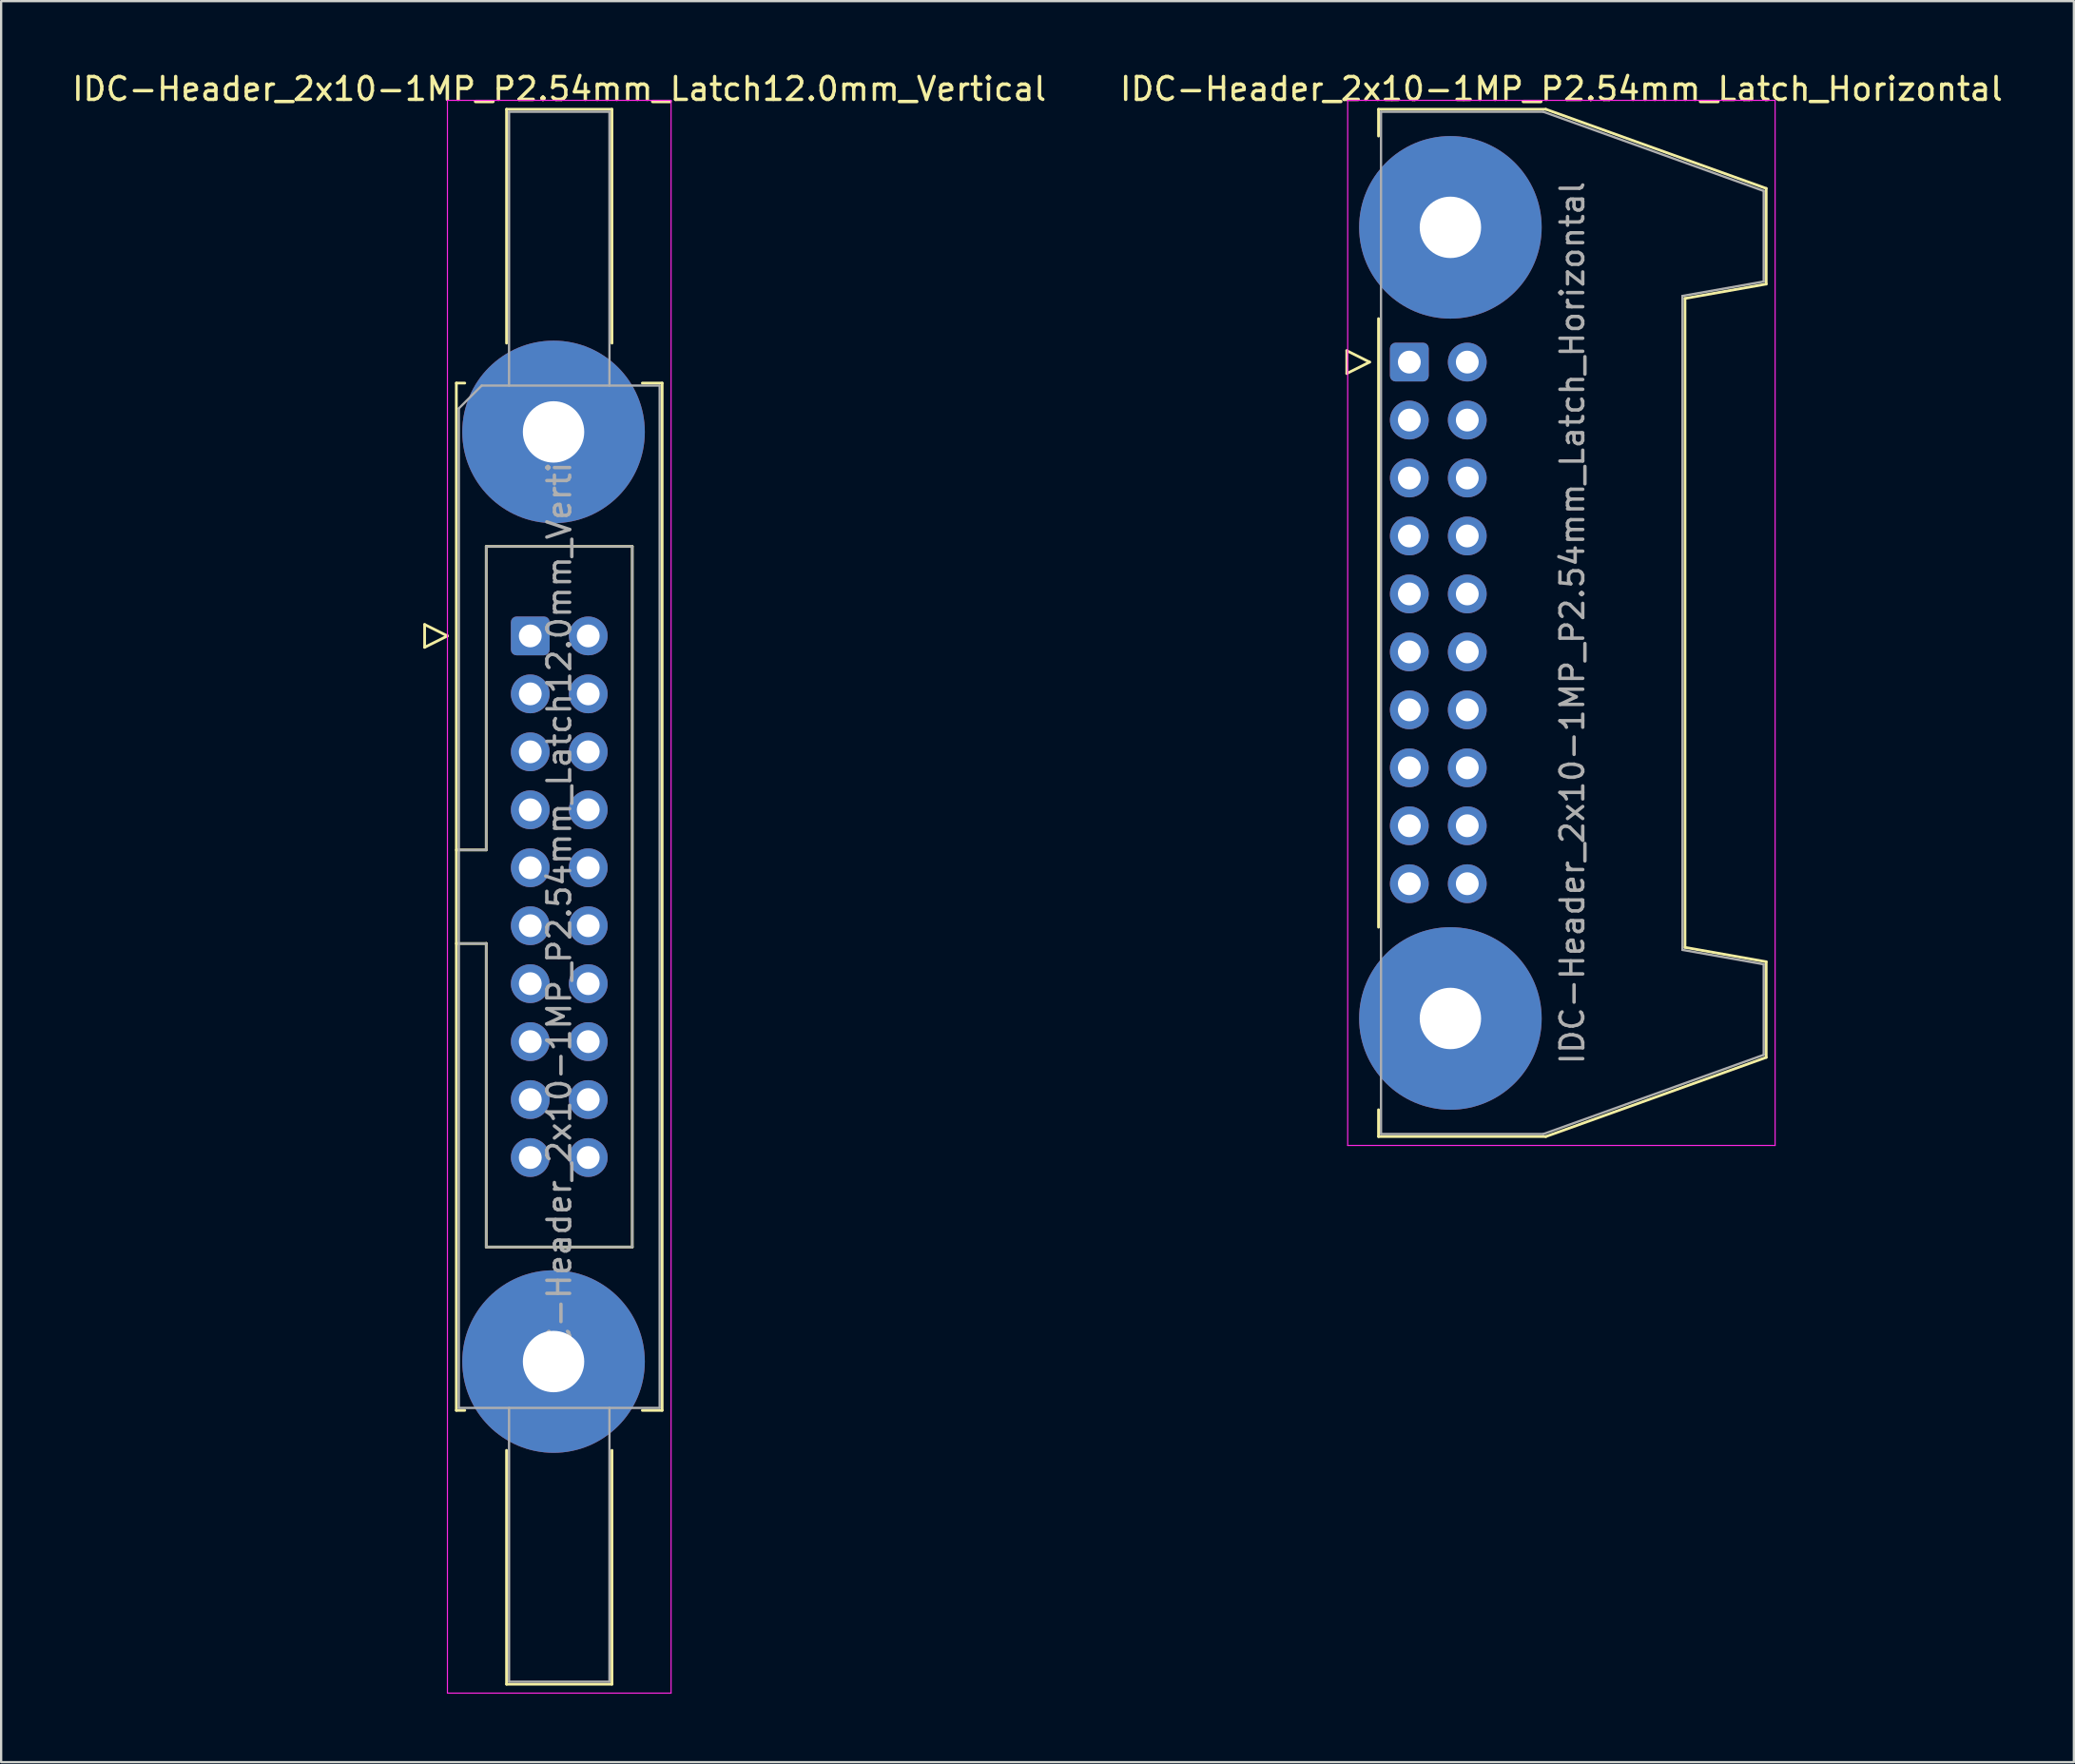
<source format=kicad_pcb>
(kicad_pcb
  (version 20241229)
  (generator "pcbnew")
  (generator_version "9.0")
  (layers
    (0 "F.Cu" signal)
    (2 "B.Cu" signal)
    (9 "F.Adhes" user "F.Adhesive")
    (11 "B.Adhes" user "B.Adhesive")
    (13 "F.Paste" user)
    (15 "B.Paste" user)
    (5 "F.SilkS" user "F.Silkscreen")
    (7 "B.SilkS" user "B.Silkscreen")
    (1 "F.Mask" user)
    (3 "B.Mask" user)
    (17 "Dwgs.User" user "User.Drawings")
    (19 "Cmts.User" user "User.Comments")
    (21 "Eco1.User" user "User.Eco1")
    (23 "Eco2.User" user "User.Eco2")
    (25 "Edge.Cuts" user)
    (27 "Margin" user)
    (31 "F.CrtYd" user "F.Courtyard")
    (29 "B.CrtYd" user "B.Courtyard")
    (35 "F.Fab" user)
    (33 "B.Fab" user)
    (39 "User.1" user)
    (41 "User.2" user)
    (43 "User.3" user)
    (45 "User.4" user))
  (footprint "IDC-Header_2x10-1MP_P2.54mm_Latch12.0mm_Vertical"
    (layer "F.Cu")
    (at 20.188 24.818)
    (property "Reference" "IDC-Header_2x10-1MP_P2.54mm_Latch12.0mm_Vertical" (at 1.27 -23.97 0) (layer "F.SilkS") (effects (font (size 1 1) (thickness 0.15))))
    (attr through_hole)
    (fp_line (start -4.63 -0.5) (end -4.63 0.5) (stroke (width 0.12) (type solid)) (layer "F.SilkS"))
    (fp_line (start -4.63 0.5) (end -3.63 0) (stroke (width 0.12) (type solid)) (layer "F.SilkS"))
    (fp_line (start -3.63 0) (end -4.63 -0.5) (stroke (width 0.12) (type solid)) (layer "F.SilkS"))
    (fp_line (start -3.24 -11.08) (end -3.24 33.94) (stroke (width 0.12) (type solid)) (layer "F.SilkS"))
    (fp_line (start -3.24 9.38) (end -1.93 9.38) (stroke (width 0.12) (type solid)) (layer "F.SilkS"))
    (fp_line (start -3.24 33.94) (end -2.87 33.94) (stroke (width 0.12) (type solid)) (layer "F.SilkS"))
    (fp_line (start -2.87 -11.08) (end -3.24 -11.08) (stroke (width 0.12) (type solid)) (layer "F.SilkS"))
    (fp_line (start -1.93 -3.92) (end 4.47 -3.92) (stroke (width 0.12) (type solid)) (layer "F.SilkS"))
    (fp_line (start -1.93 9.38) (end -1.93 -3.92) (stroke (width 0.12) (type solid)) (layer "F.SilkS"))
    (fp_line (start -1.93 13.48) (end -3.24 13.48) (stroke (width 0.12) (type solid)) (layer "F.SilkS"))
    (fp_line (start -1.93 13.48) (end -1.93 13.48) (stroke (width 0.12) (type solid)) (layer "F.SilkS"))
    (fp_line (start -1.93 26.78) (end -1.93 13.48) (stroke (width 0.12) (type solid)) (layer "F.SilkS"))
    (fp_line (start -1.04 -23.08) (end 3.58 -23.08) (stroke (width 0.12) (type solid)) (layer "F.SilkS"))
    (fp_line (start -1.04 -12.83) (end -1.04 -23.08) (stroke (width 0.12) (type solid)) (layer "F.SilkS"))
    (fp_line (start -1.04 35.69) (end -1.04 45.94) (stroke (width 0.12) (type solid)) (layer "F.SilkS"))
    (fp_line (start -1.04 45.94) (end 3.58 45.94) (stroke (width 0.12) (type solid)) (layer "F.SilkS"))
    (fp_line (start 3.58 -23.08) (end 3.58 -12.83) (stroke (width 0.12) (type solid)) (layer "F.SilkS"))
    (fp_line (start 3.58 45.94) (end 3.58 35.69) (stroke (width 0.12) (type solid)) (layer "F.SilkS"))
    (fp_line (start 4.47 -3.92) (end 4.47 26.78) (stroke (width 0.12) (type solid)) (layer "F.SilkS"))
    (fp_line (start 4.47 26.78) (end -1.93 26.78) (stroke (width 0.12) (type solid)) (layer "F.SilkS"))
    (fp_line (start 4.91 -11.08) (end 5.78 -11.08) (stroke (width 0.12) (type solid)) (layer "F.SilkS"))
    (fp_line (start 5.78 -11.08) (end 5.78 33.94) (stroke (width 0.12) (type solid)) (layer "F.SilkS"))
    (fp_line (start 5.78 33.94) (end 4.91 33.94) (stroke (width 0.12) (type solid)) (layer "F.SilkS"))
    (fp_line (start -3.63 -23.47) (end -3.63 46.33) (stroke (width 0.05) (type solid)) (layer "F.CrtYd"))
    (fp_line (start -3.63 46.33) (end 6.17 46.33) (stroke (width 0.05) (type solid)) (layer "F.CrtYd"))
    (fp_line (start 6.17 -23.47) (end -3.63 -23.47) (stroke (width 0.05) (type solid)) (layer "F.CrtYd"))
    (fp_line (start 6.17 46.33) (end 6.17 -23.47) (stroke (width 0.05) (type solid)) (layer "F.CrtYd"))
    (fp_line (start -3.13 -9.97) (end -2.13 -10.97) (stroke (width 0.1) (type solid)) (layer "F.Fab"))
    (fp_line (start -3.13 9.38) (end -1.93 9.38) (stroke (width 0.1) (type solid)) (layer "F.Fab"))
    (fp_line (start -3.13 33.83) (end -3.13 -9.97) (stroke (width 0.1) (type solid)) (layer "F.Fab"))
    (fp_line (start -2.13 -10.97) (end 5.67 -10.97) (stroke (width 0.1) (type solid)) (layer "F.Fab"))
    (fp_line (start -1.93 -3.92) (end 4.47 -3.92) (stroke (width 0.1) (type solid)) (layer "F.Fab"))
    (fp_line (start -1.93 9.38) (end -1.93 -3.92) (stroke (width 0.1) (type solid)) (layer "F.Fab"))
    (fp_line (start -1.93 13.48) (end -3.13 13.48) (stroke (width 0.1) (type solid)) (layer "F.Fab"))
    (fp_line (start -1.93 13.48) (end -1.93 13.48) (stroke (width 0.1) (type solid)) (layer "F.Fab"))
    (fp_line (start -1.93 26.78) (end -1.93 13.48) (stroke (width 0.1) (type solid)) (layer "F.Fab"))
    (fp_line (start -0.93 -22.97) (end 3.47 -22.97) (stroke (width 0.1) (type solid)) (layer "F.Fab"))
    (fp_line (start -0.93 -10.97) (end -0.93 -22.97) (stroke (width 0.1) (type solid)) (layer "F.Fab"))
    (fp_line (start -0.93 33.83) (end -0.93 45.83) (stroke (width 0.1) (type solid)) (layer "F.Fab"))
    (fp_line (start -0.93 45.83) (end 3.47 45.83) (stroke (width 0.1) (type solid)) (layer "F.Fab"))
    (fp_line (start 3.47 -22.97) (end 3.47 -10.97) (stroke (width 0.1) (type solid)) (layer "F.Fab"))
    (fp_line (start 3.47 45.83) (end 3.47 33.83) (stroke (width 0.1) (type solid)) (layer "F.Fab"))
    (fp_line (start 4.47 -3.92) (end 4.47 26.78) (stroke (width 0.1) (type solid)) (layer "F.Fab"))
    (fp_line (start 4.47 26.78) (end -1.93 26.78) (stroke (width 0.1) (type solid)) (layer "F.Fab"))
    (fp_line (start 5.67 -10.97) (end 5.67 33.83) (stroke (width 0.1) (type solid)) (layer "F.Fab"))
    (fp_line (start 5.67 33.83) (end -3.13 33.83) (stroke (width 0.1) (type solid)) (layer "F.Fab"))
    (fp_text user "${REFERENCE}" (at 1.27 11.43 90) (layer "F.Fab") (effects (font (size 1 1) (thickness 0.15))))
    (pad "1" thru_hole roundrect (at 0 0) (size 1.7 1.7) (drill 1) (layers "*.Cu" "*.Mask") (roundrect_rratio 0.147))
    (pad "2" thru_hole circle (at 2.54 0) (size 1.7 1.7) (drill 1) (layers "*.Cu" "*.Mask"))
    (pad "3" thru_hole circle (at 0 2.54) (size 1.7 1.7) (drill 1) (layers "*.Cu" "*.Mask"))
    (pad "4" thru_hole circle (at 2.54 2.54) (size 1.7 1.7) (drill 1) (layers "*.Cu" "*.Mask"))
    (pad "5" thru_hole circle (at 0 5.08) (size 1.7 1.7) (drill 1) (layers "*.Cu" "*.Mask"))
    (pad "6" thru_hole circle (at 2.54 5.08) (size 1.7 1.7) (drill 1) (layers "*.Cu" "*.Mask"))
    (pad "7" thru_hole circle (at 0 7.62) (size 1.7 1.7) (drill 1) (layers "*.Cu" "*.Mask"))
    (pad "8" thru_hole circle (at 2.54 7.62) (size 1.7 1.7) (drill 1) (layers "*.Cu" "*.Mask"))
    (pad "9" thru_hole circle (at 0 10.16) (size 1.7 1.7) (drill 1) (layers "*.Cu" "*.Mask"))
    (pad "10" thru_hole circle (at 2.54 10.16) (size 1.7 1.7) (drill 1) (layers "*.Cu" "*.Mask"))
    (pad "11" thru_hole circle (at 0 12.7) (size 1.7 1.7) (drill 1) (layers "*.Cu" "*.Mask"))
    (pad "12" thru_hole circle (at 2.54 12.7) (size 1.7 1.7) (drill 1) (layers "*.Cu" "*.Mask"))
    (pad "13" thru_hole circle (at 0 15.24) (size 1.7 1.7) (drill 1) (layers "*.Cu" "*.Mask"))
    (pad "14" thru_hole circle (at 2.54 15.24) (size 1.7 1.7) (drill 1) (layers "*.Cu" "*.Mask"))
    (pad "15" thru_hole circle (at 0 17.78) (size 1.7 1.7) (drill 1) (layers "*.Cu" "*.Mask"))
    (pad "16" thru_hole circle (at 2.54 17.78) (size 1.7 1.7) (drill 1) (layers "*.Cu" "*.Mask"))
    (pad "17" thru_hole circle (at 0 20.32) (size 1.7 1.7) (drill 1) (layers "*.Cu" "*.Mask"))
    (pad "18" thru_hole circle (at 2.54 20.32) (size 1.7 1.7) (drill 1) (layers "*.Cu" "*.Mask"))
    (pad "19" thru_hole circle (at 0 22.86) (size 1.7 1.7) (drill 1) (layers "*.Cu" "*.Mask"))
    (pad "20" thru_hole circle (at 2.54 22.86) (size 1.7 1.7) (drill 1) (layers "*.Cu" "*.Mask"))
    (pad "MP" thru_hole circle (at 1.02 -8.94) (size 8 8) (drill 2.69) (layers "*.Cu" "*.Mask"))
    (pad "MP" thru_hole circle (at 1.02 31.8) (size 8 8) (drill 2.69) (layers "*.Cu" "*.Mask")))
  (footprint "IDC-Header_2x10-1MP_P2.54mm_Latch_Horizontal"
    (layer "F.Cu")
    (at 58.71 12.818)
    (property "Reference" "IDC-Header_2x10-1MP_P2.54mm_Latch_Horizontal" (at 6.665 -11.97 0) (layer "F.SilkS") (effects (font (size 1 1) (thickness 0.15))))
    (attr through_hole)
    (fp_line (start -2.74 -0.5) (end -2.74 0.5) (stroke (width 0.12) (type solid)) (layer "F.SilkS"))
    (fp_line (start -2.74 0.5) (end -1.74 0) (stroke (width 0.12) (type solid)) (layer "F.SilkS"))
    (fp_line (start -1.74 0) (end -2.74 -0.5) (stroke (width 0.12) (type solid)) (layer "F.SilkS"))
    (fp_line (start -1.35 -11.08) (end -1.35 -9.905) (stroke (width 0.12) (type solid)) (layer "F.SilkS"))
    (fp_line (start -1.35 -11.08) (end 5.98 -11.08) (stroke (width 0.12) (type solid)) (layer "F.SilkS"))
    (fp_line (start -1.35 -1.905) (end -1.35 24.765) (stroke (width 0.12) (type solid)) (layer "F.SilkS"))
    (fp_line (start -1.35 32.765) (end -1.35 33.94) (stroke (width 0.12) (type solid)) (layer "F.SilkS"))
    (fp_line (start 5.98 -11.08) (end 15.64 -7.61) (stroke (width 0.12) (type solid)) (layer "F.SilkS"))
    (fp_line (start 5.98 33.94) (end -1.35 33.94) (stroke (width 0.12) (type solid)) (layer "F.SilkS"))
    (fp_line (start 12.08 -2.79) (end 12.08 25.65) (stroke (width 0.12) (type solid)) (layer "F.SilkS"))
    (fp_line (start 12.08 25.65) (end 15.64 26.28) (stroke (width 0.12) (type solid)) (layer "F.SilkS"))
    (fp_line (start 15.64 -7.61) (end 15.64 -3.42) (stroke (width 0.12) (type solid)) (layer "F.SilkS"))
    (fp_line (start 15.64 -3.42) (end 12.08 -2.79) (stroke (width 0.12) (type solid)) (layer "F.SilkS"))
    (fp_line (start 15.64 26.28) (end 15.64 30.47) (stroke (width 0.12) (type solid)) (layer "F.SilkS"))
    (fp_line (start 15.64 30.47) (end 5.98 33.94) (stroke (width 0.12) (type solid)) (layer "F.SilkS"))
    (fp_line (start -2.7 -11.47) (end -2.7 34.33) (stroke (width 0.05) (type solid)) (layer "F.CrtYd"))
    (fp_line (start -2.7 34.33) (end 16.03 34.33) (stroke (width 0.05) (type solid)) (layer "F.CrtYd"))
    (fp_line (start 16.03 -11.47) (end -2.7 -11.47) (stroke (width 0.05) (type solid)) (layer "F.CrtYd"))
    (fp_line (start 16.03 34.33) (end 16.03 -11.47) (stroke (width 0.05) (type solid)) (layer "F.CrtYd"))
    (fp_line (start -1.24 -10.97) (end 5.87 -10.97) (stroke (width 0.1) (type solid)) (layer "F.Fab"))
    (fp_line (start -1.24 33.83) (end -1.24 -10.97) (stroke (width 0.1) (type solid)) (layer "F.Fab"))
    (fp_line (start 5.87 -10.97) (end 15.53 -7.5) (stroke (width 0.1) (type solid)) (layer "F.Fab"))
    (fp_line (start 5.87 33.83) (end -1.24 33.83) (stroke (width 0.1) (type solid)) (layer "F.Fab"))
    (fp_line (start 11.97 -2.9) (end 11.97 25.76) (stroke (width 0.1) (type solid)) (layer "F.Fab"))
    (fp_line (start 11.97 25.76) (end 15.53 26.39) (stroke (width 0.1) (type solid)) (layer "F.Fab"))
    (fp_line (start 15.53 -7.5) (end 15.53 -3.53) (stroke (width 0.1) (type solid)) (layer "F.Fab"))
    (fp_line (start 15.53 -3.53) (end 11.97 -2.9) (stroke (width 0.1) (type solid)) (layer "F.Fab"))
    (fp_line (start 15.53 26.39) (end 15.53 30.36) (stroke (width 0.1) (type solid)) (layer "F.Fab"))
    (fp_line (start 15.53 30.36) (end 5.87 33.83) (stroke (width 0.1) (type solid)) (layer "F.Fab"))
    (fp_text user "${REFERENCE}" (at 7.145 11.43 90) (layer "F.Fab") (effects (font (size 1 1) (thickness 0.15))))
    (pad "1" thru_hole roundrect (at 0 0) (size 1.7 1.7) (drill 1) (layers "*.Cu" "*.Mask") (roundrect_rratio 0.147))
    (pad "2" thru_hole circle (at 2.54 0) (size 1.7 1.7) (drill 1) (layers "*.Cu" "*.Mask"))
    (pad "3" thru_hole circle (at 0 2.54) (size 1.7 1.7) (drill 1) (layers "*.Cu" "*.Mask"))
    (pad "4" thru_hole circle (at 2.54 2.54) (size 1.7 1.7) (drill 1) (layers "*.Cu" "*.Mask"))
    (pad "5" thru_hole circle (at 0 5.08) (size 1.7 1.7) (drill 1) (layers "*.Cu" "*.Mask"))
    (pad "6" thru_hole circle (at 2.54 5.08) (size 1.7 1.7) (drill 1) (layers "*.Cu" "*.Mask"))
    (pad "7" thru_hole circle (at 0 7.62) (size 1.7 1.7) (drill 1) (layers "*.Cu" "*.Mask"))
    (pad "8" thru_hole circle (at 2.54 7.62) (size 1.7 1.7) (drill 1) (layers "*.Cu" "*.Mask"))
    (pad "9" thru_hole circle (at 0 10.16) (size 1.7 1.7) (drill 1) (layers "*.Cu" "*.Mask"))
    (pad "10" thru_hole circle (at 2.54 10.16) (size 1.7 1.7) (drill 1) (layers "*.Cu" "*.Mask"))
    (pad "11" thru_hole circle (at 0 12.7) (size 1.7 1.7) (drill 1) (layers "*.Cu" "*.Mask"))
    (pad "12" thru_hole circle (at 2.54 12.7) (size 1.7 1.7) (drill 1) (layers "*.Cu" "*.Mask"))
    (pad "13" thru_hole circle (at 0 15.24) (size 1.7 1.7) (drill 1) (layers "*.Cu" "*.Mask"))
    (pad "14" thru_hole circle (at 2.54 15.24) (size 1.7 1.7) (drill 1) (layers "*.Cu" "*.Mask"))
    (pad "15" thru_hole circle (at 0 17.78) (size 1.7 1.7) (drill 1) (layers "*.Cu" "*.Mask"))
    (pad "16" thru_hole circle (at 2.54 17.78) (size 1.7 1.7) (drill 1) (layers "*.Cu" "*.Mask"))
    (pad "17" thru_hole circle (at 0 20.32) (size 1.7 1.7) (drill 1) (layers "*.Cu" "*.Mask"))
    (pad "18" thru_hole circle (at 2.54 20.32) (size 1.7 1.7) (drill 1) (layers "*.Cu" "*.Mask"))
    (pad "19" thru_hole circle (at 0 22.86) (size 1.7 1.7) (drill 1) (layers "*.Cu" "*.Mask"))
    (pad "20" thru_hole circle (at 2.54 22.86) (size 1.7 1.7) (drill 1) (layers "*.Cu" "*.Mask"))
    (pad "MP" thru_hole circle (at 1.8 -5.905) (size 8 8) (drill 2.69) (layers "*.Cu" "*.Mask"))
    (pad "MP" thru_hole circle (at 1.8 28.765) (size 8 8) (drill 2.69) (layers "*.Cu" "*.Mask")))
  (gr_rect
    (start -3 -3)
    (end 87.833 74.173)
    (stroke (width 0.1) (type default))
    (fill no)
    (layer "Edge.Cuts")))
</source>
